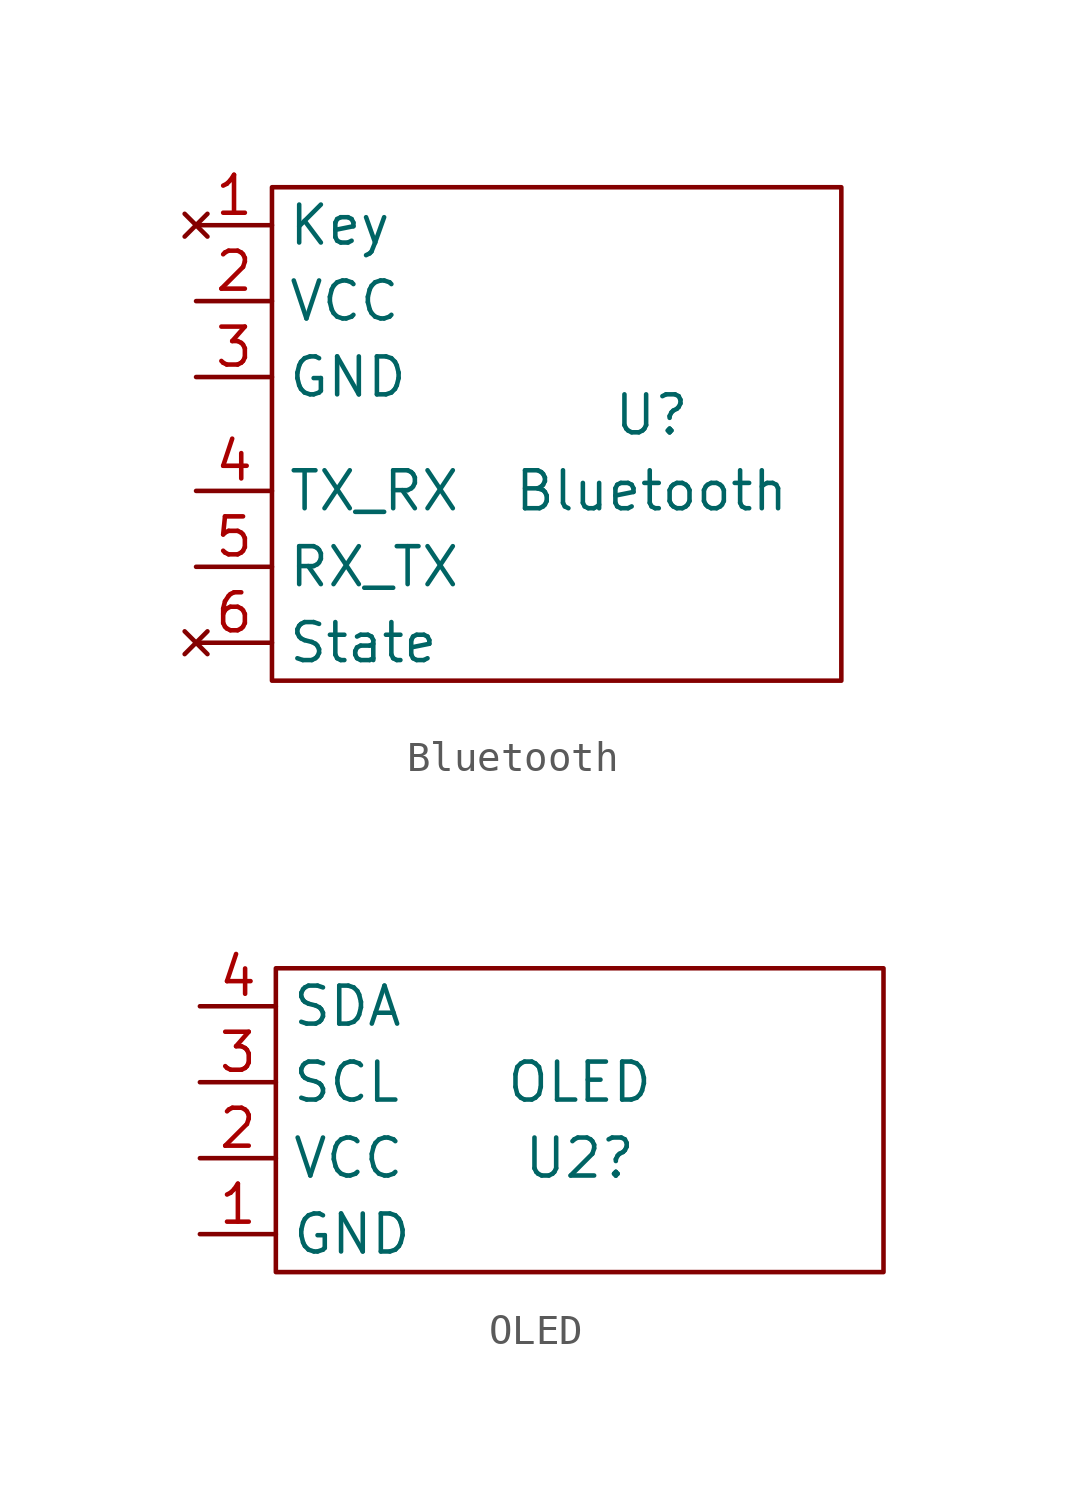
<source format=kicad_sym>
(kicad_symbol_lib
  (version 20211014)
  (generator kicad_symbol_editor)
  (symbol "Bluetooth"
    (property "Reference" "U"
      (at 3.81 0 0)
      (effects (font (size 1.27 1.27))))
    (property "Value" "Bluetooth"
      (at 3.81 -2.54 0)
      (effects (font (size 1.27 1.27))))
    (symbol "Bluetooth_0_1"
      (rectangle (start -8.89 7.62) (end 10.16 -8.89) (stroke (width 0) (type default) (color 0 0 0 0)) (fill (type none))))
    (symbol "Bluetooth_1_1"
      (pin no_connect line (at -11.43 6.35 0) (length 2.54) (name "Key" (effects (font (size 1.27 1.27)))) (number "1" (effects (font (size 1.27 1.27)))))
      (pin input line (at -11.43 3.81 0) (length 2.54) (name "VCC" (effects (font (size 1.27 1.27)))) (number "2" (effects (font (size 1.27 1.27)))))
      (pin unspecified line (at -11.43 1.27 0) (length 2.54) (name "GND" (effects (font (size 1.27 1.27)))) (number "3" (effects (font (size 1.27 1.27)))))
      (pin input line (at -11.43 -2.54 0) (length 2.54) (name "TX_RX" (effects (font (size 1.27 1.27)))) (number "4" (effects (font (size 1.27 1.27)))))
      (pin input line (at -11.43 -5.08 0) (length 2.54) (name "RX_TX" (effects (font (size 1.27 1.27)))) (number "5" (effects (font (size 1.27 1.27)))))
      (pin no_connect line (at -11.43 -7.62 0) (length 2.54) (name "State" (effects (font (size 1.27 1.27)))) (number "6" (effects (font (size 1.27 1.27)))))))
  (symbol "OLED"
    (property "Reference" "U2"
      (at 0 0 0)
      (effects (font (size 1.27 1.27))))
    (property "Value" "OLED"
      (at 0 2.54 0)
      (effects (font (size 1.27 1.27))))
    (symbol "OLED_0_1"
      (rectangle (start -10.16 6.35) (end 10.16 -3.81) (stroke (width 0) (type default) (color 0 0 0 0)) (fill (type none))))
    (symbol "OLED_1_1"
      (pin unspecified line (at -12.7 -2.54 0) (length 2.54) (name "GND" (effects (font (size 1.27 1.27)))) (number "1" (effects (font (size 1.27 1.27)))))
      (pin input line (at -12.7 0 0) (length 2.54) (name "VCC" (effects (font (size 1.27 1.27)))) (number "2" (effects (font (size 1.27 1.27)))))
      (pin input line (at -12.7 2.54 0) (length 2.54) (name "SCL" (effects (font (size 1.27 1.27)))) (number "3" (effects (font (size 1.27 1.27)))))
      (pin input line (at -12.7 5.08 0) (length 2.54) (name "SDA" (effects (font (size 1.27 1.27)))) (number "4" (effects (font (size 1.27 1.27))))))))
</source>
